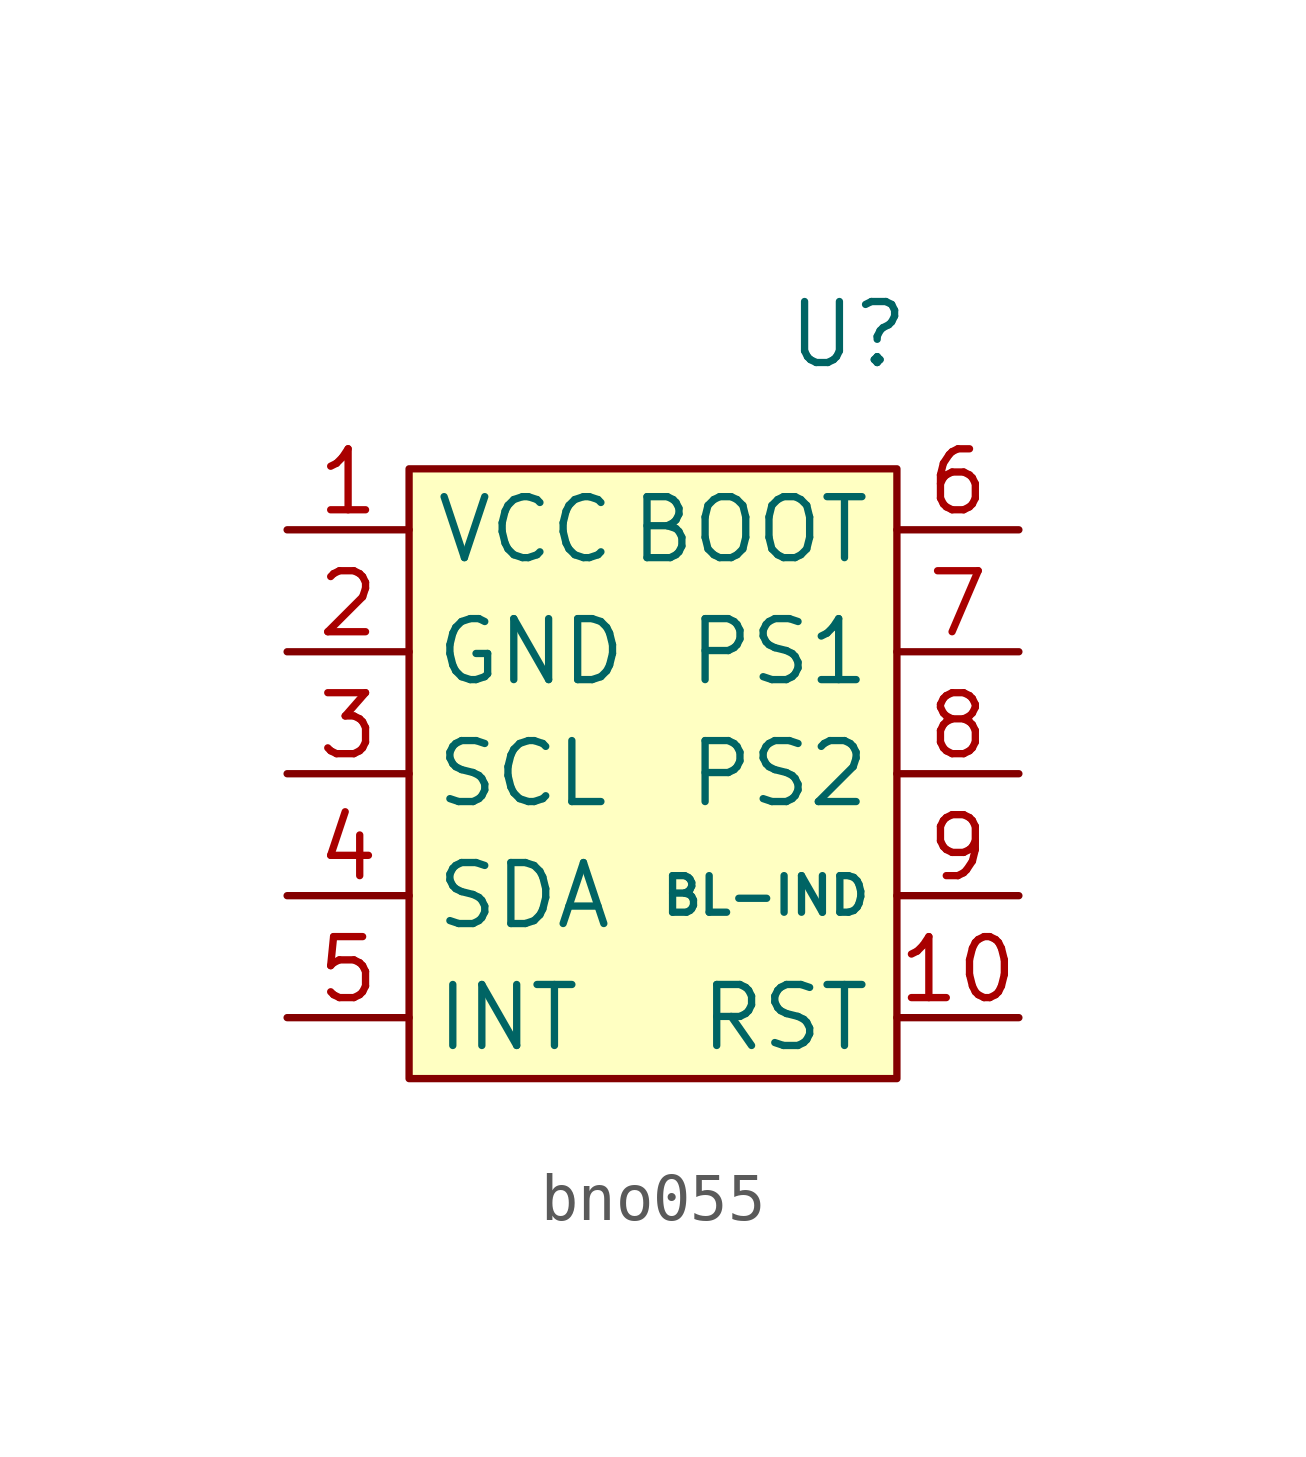
<source format=kicad_sym>
(kicad_symbol_lib
  (version 20241209)
  (generator "kicad_symbol_editor")
  (generator_version "9.0")
  (symbol "bno055"
    (property "Reference" "U"
      (at 4.064 -1.016 0)
      (effects (font (size 1.27 1.27))))
    (property "Value" ""
      (at 0 0 0)
      (effects (font (size 1.27 1.27))))
    (symbol "bno055_1_1"
      (rectangle (start -5.08 -3.81) (end 5.08 -16.51) (stroke (width 0) (type solid)) (fill (type color) (color 255 255 194 1)))
      (pin input line (at -7.62 -5.08 0) (length 2.54) (name "VCC" (effects (font (size 1.27 1.27)))) (number "1" (effects (font (size 1.27 1.27)))))
      (pin input line (at -7.62 -7.62 0) (length 2.54) (name "GND" (effects (font (size 1.27 1.27)))) (number "2" (effects (font (size 1.27 1.27)))))
      (pin input line (at -7.62 -10.16 0) (length 2.54) (name "SCL" (effects (font (size 1.27 1.27)))) (number "3" (effects (font (size 1.27 1.27)))))
      (pin input line (at -7.62 -12.7 0) (length 2.54) (name "SDA" (effects (font (size 1.27 1.27)))) (number "4" (effects (font (size 1.27 1.27)))))
      (pin input line (at -7.62 -15.24 0) (length 2.54) (name "INT" (effects (font (size 1.27 1.27)))) (number "5" (effects (font (size 1.27 1.27)))))
      (pin input line (at 7.62 -5.08 180) (length 2.54) (name "BOOT" (effects (font (size 1.27 1.27)))) (number "6" (effects (font (size 1.27 1.27)))))
      (pin input line (at 7.62 -7.62 180) (length 2.54) (name "PS1" (effects (font (size 1.27 1.27)))) (number "7" (effects (font (size 1.27 1.27)))))
      (pin input line (at 7.62 -10.16 180) (length 2.54) (name "PS2" (effects (font (size 1.27 1.27)))) (number "8" (effects (font (size 1.27 1.27)))))
      (pin input line (at 7.62 -12.7 180) (length 2.54) (name "BL-IND" (effects (font (size 0.762 0.762)))) (number "9" (effects (font (size 1.27 1.27)))))
      (pin input line (at 7.62 -15.24 180) (length 2.54) (name "RST" (effects (font (size 1.27 1.27)))) (number "10" (effects (font (size 1.27 1.27))))))))
</source>
